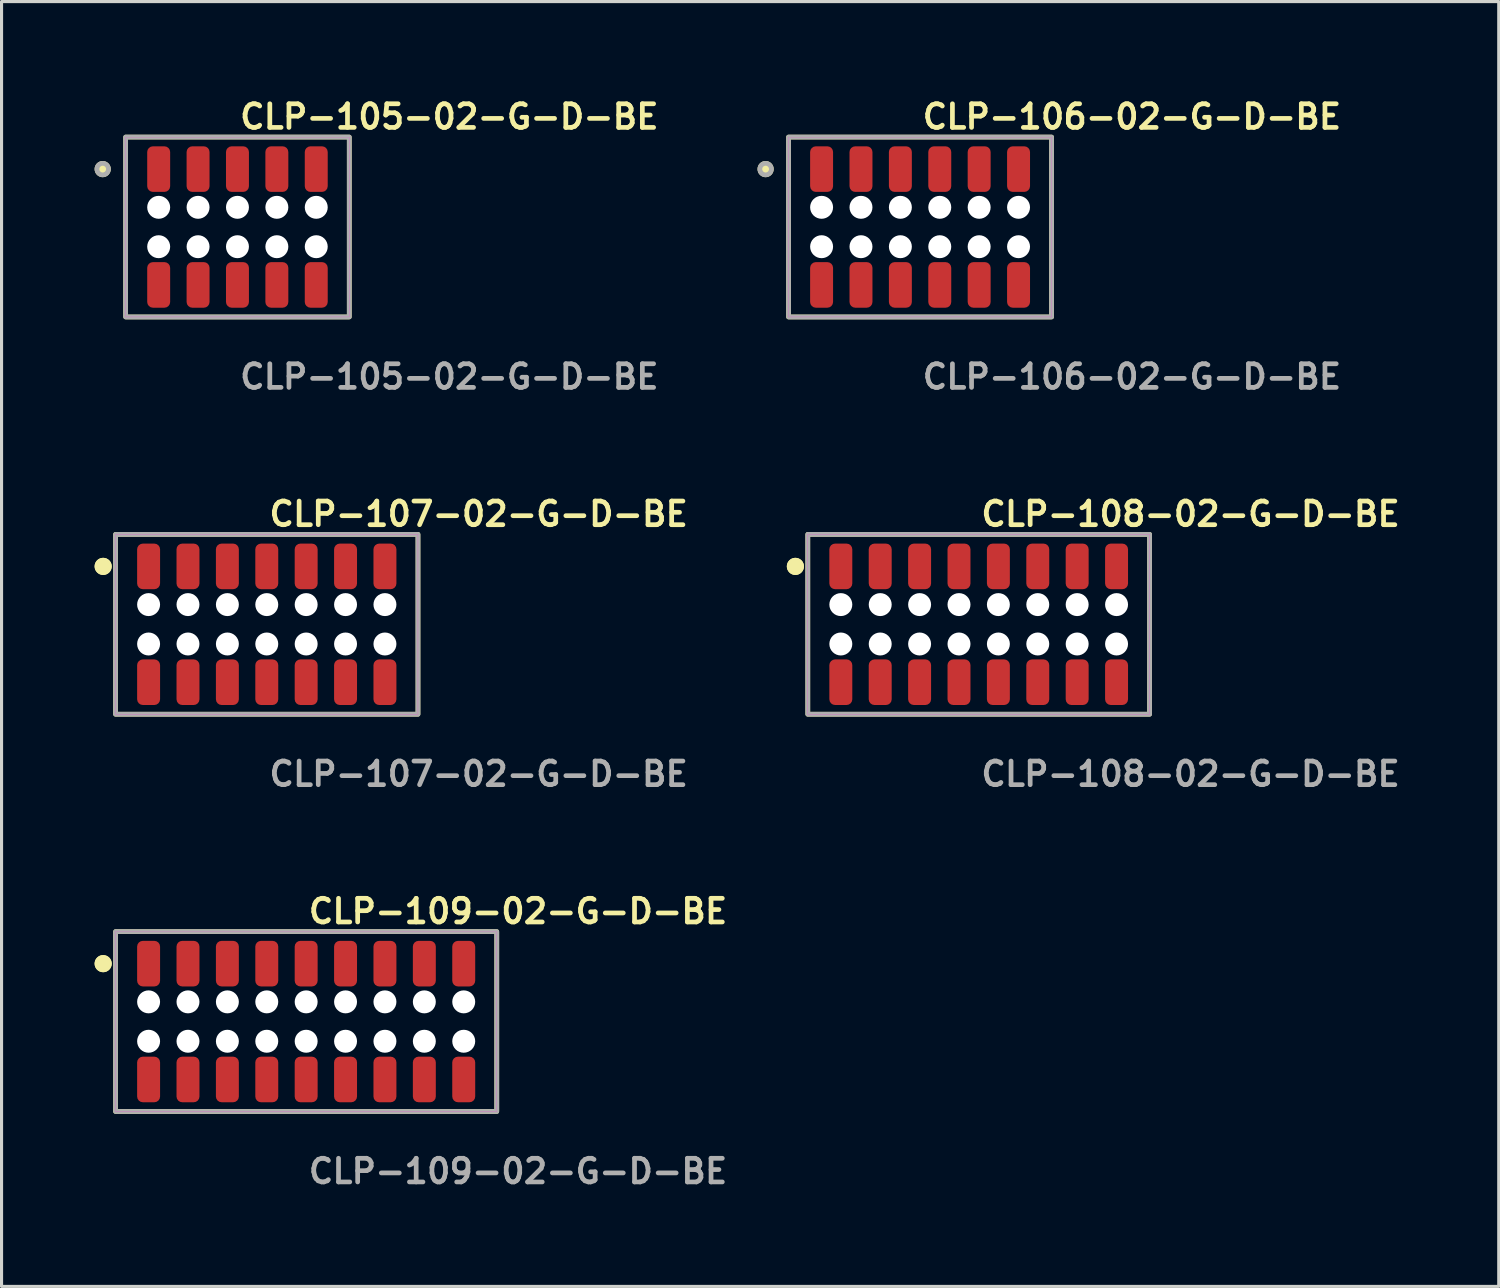
<source format=kicad_pcb>
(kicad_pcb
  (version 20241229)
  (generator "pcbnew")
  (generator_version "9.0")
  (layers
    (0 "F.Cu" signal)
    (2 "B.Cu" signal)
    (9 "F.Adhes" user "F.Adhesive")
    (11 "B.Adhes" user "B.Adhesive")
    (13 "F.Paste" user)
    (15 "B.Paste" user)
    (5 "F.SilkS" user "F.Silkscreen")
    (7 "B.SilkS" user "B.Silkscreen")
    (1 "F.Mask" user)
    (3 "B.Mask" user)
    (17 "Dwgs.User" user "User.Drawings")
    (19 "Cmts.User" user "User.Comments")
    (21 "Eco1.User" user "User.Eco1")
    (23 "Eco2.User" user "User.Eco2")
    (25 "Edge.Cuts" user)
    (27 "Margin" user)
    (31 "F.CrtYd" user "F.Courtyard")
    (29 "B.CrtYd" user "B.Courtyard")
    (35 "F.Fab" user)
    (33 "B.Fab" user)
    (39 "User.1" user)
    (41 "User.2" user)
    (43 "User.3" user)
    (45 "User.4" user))
  (footprint "CLP-108-02-G-D-BE"
    (layer "F.Cu")
    (at 28.504 17.078)
    (property "Reference" "CLP-108-02-G-D-BE" (at 0 -3.556 0) (unlocked yes) (layer "F.SilkS") (effects (font (size 0.762 0.762) (thickness 0.152)) (justify left)))
    (fp_rect (start -5.51 2.9) (end 5.51 -2.9) (stroke (width 0.152) (type solid)) (fill no) (layer "F.SilkS"))
    (fp_circle (center -5.91 -1.867) (end -6.11 -1.867) (stroke (width 0.152) (type solid)) (fill yes) (layer "F.SilkS"))
    (fp_circle (center -5.91 -1.867) (end -6.11 -1.867) (stroke (width 0.152) (type solid)) (fill yes) (layer "F.SilkS"))
    (fp_rect (start -5.51 2.9) (end 5.51 -2.9) (stroke (width 0.006) (type solid)) (fill no) (layer "F.CrtYd"))
    (fp_rect (start -5.51 2.9) (end 5.51 -2.9) (stroke (width 0.152) (type solid)) (fill no) (layer "F.Fab"))
    (fp_text user "${REFERENCE}" (at 0 4.826 0) (unlocked yes) (layer "F.Fab") (effects (font (size 0.762 0.762) (thickness 0.152)) (justify left)))
    (pad "" np_thru_hole circle (at -4.445 -0.635) (size 0.74 0.74) (drill 0.74) (layers "*.Cu" "*.Mask"))
    (pad "" np_thru_hole circle (at -4.445 0.635) (size 0.74 0.74) (drill 0.74) (layers "*.Cu" "*.Mask"))
    (pad "" np_thru_hole circle (at -3.175 -0.635) (size 0.74 0.74) (drill 0.74) (layers "*.Cu" "*.Mask"))
    (pad "" np_thru_hole circle (at -3.175 0.635) (size 0.74 0.74) (drill 0.74) (layers "*.Cu" "*.Mask"))
    (pad "" np_thru_hole circle (at -1.905 -0.635) (size 0.74 0.74) (drill 0.74) (layers "*.Cu" "*.Mask"))
    (pad "" np_thru_hole circle (at -1.905 0.635) (size 0.74 0.74) (drill 0.74) (layers "*.Cu" "*.Mask"))
    (pad "" np_thru_hole circle (at -0.635 -0.635) (size 0.74 0.74) (drill 0.74) (layers "*.Cu" "*.Mask"))
    (pad "" np_thru_hole circle (at -0.635 0.635) (size 0.74 0.74) (drill 0.74) (layers "*.Cu" "*.Mask"))
    (pad "" np_thru_hole circle (at 0.635 -0.635) (size 0.74 0.74) (drill 0.74) (layers "*.Cu" "*.Mask"))
    (pad "" np_thru_hole circle (at 0.635 0.635) (size 0.74 0.74) (drill 0.74) (layers "*.Cu" "*.Mask"))
    (pad "" np_thru_hole circle (at 1.905 -0.635) (size 0.74 0.74) (drill 0.74) (layers "*.Cu" "*.Mask"))
    (pad "" np_thru_hole circle (at 1.905 0.635) (size 0.74 0.74) (drill 0.74) (layers "*.Cu" "*.Mask"))
    (pad "" np_thru_hole circle (at 3.175 -0.635) (size 0.74 0.74) (drill 0.74) (layers "*.Cu" "*.Mask"))
    (pad "" np_thru_hole circle (at 3.175 0.635) (size 0.74 0.74) (drill 0.74) (layers "*.Cu" "*.Mask"))
    (pad "" np_thru_hole circle (at 4.445 -0.635) (size 0.74 0.74) (drill 0.74) (layers "*.Cu" "*.Mask"))
    (pad "" np_thru_hole circle (at 4.445 0.635) (size 0.74 0.74) (drill 0.74) (layers "*.Cu" "*.Mask"))
    (pad "1" smd roundrect (at -4.445 -1.867) (size 0.74 1.47) (layers "F.Cu" "F.Paste") (roundrect_rratio 0.25))
    (pad "2" smd roundrect (at -4.445 1.867) (size 0.74 1.47) (layers "F.Cu" "F.Paste") (roundrect_rratio 0.25))
    (pad "3" smd roundrect (at -3.175 -1.867) (size 0.74 1.47) (layers "F.Cu" "F.Paste") (roundrect_rratio 0.25))
    (pad "4" smd roundrect (at -3.175 1.867) (size 0.74 1.47) (layers "F.Cu" "F.Paste") (roundrect_rratio 0.25))
    (pad "5" smd roundrect (at -1.905 -1.867) (size 0.74 1.47) (layers "F.Cu" "F.Paste") (roundrect_rratio 0.25))
    (pad "6" smd roundrect (at -1.905 1.867) (size 0.74 1.47) (layers "F.Cu" "F.Paste") (roundrect_rratio 0.25))
    (pad "7" smd roundrect (at -0.635 -1.867) (size 0.74 1.47) (layers "F.Cu" "F.Paste") (roundrect_rratio 0.25))
    (pad "8" smd roundrect (at -0.635 1.867) (size 0.74 1.47) (layers "F.Cu" "F.Paste") (roundrect_rratio 0.25))
    (pad "9" smd roundrect (at 0.635 -1.867) (size 0.74 1.47) (layers "F.Cu" "F.Paste") (roundrect_rratio 0.25))
    (pad "10" smd roundrect (at 0.635 1.867) (size 0.74 1.47) (layers "F.Cu" "F.Paste") (roundrect_rratio 0.25))
    (pad "11" smd roundrect (at 1.905 -1.867) (size 0.74 1.47) (layers "F.Cu" "F.Paste") (roundrect_rratio 0.25))
    (pad "12" smd roundrect (at 1.905 1.867) (size 0.74 1.47) (layers "F.Cu" "F.Paste") (roundrect_rratio 0.25))
    (pad "13" smd roundrect (at 3.175 -1.867) (size 0.74 1.47) (layers "F.Cu" "F.Paste") (roundrect_rratio 0.25))
    (pad "14" smd roundrect (at 3.175 1.867) (size 0.74 1.47) (layers "F.Cu" "F.Paste") (roundrect_rratio 0.25))
    (pad "15" smd roundrect (at 4.445 -1.867) (size 0.74 1.47) (layers "F.Cu" "F.Paste") (roundrect_rratio 0.25))
    (pad "16" smd roundrect (at 4.445 1.867) (size 0.74 1.47) (layers "F.Cu" "F.Paste") (roundrect_rratio 0.25)))
  (footprint "CLP-107-02-G-D-BE"
    (layer "F.Cu")
    (at 5.551 17.078)
    (property "Reference" "CLP-107-02-G-D-BE" (at 0 -3.556 0) (unlocked yes) (layer "F.SilkS") (effects (font (size 0.762 0.762) (thickness 0.152)) (justify left)))
    (fp_rect (start -4.875 2.9) (end 4.875 -2.9) (stroke (width 0.152) (type solid)) (fill no) (layer "F.SilkS"))
    (fp_circle (center -5.275 -1.867) (end -5.475 -1.867) (stroke (width 0.152) (type solid)) (fill yes) (layer "F.SilkS"))
    (fp_circle (center -5.275 -1.867) (end -5.475 -1.867) (stroke (width 0.152) (type solid)) (fill yes) (layer "F.SilkS"))
    (fp_rect (start -4.875 2.9) (end 4.875 -2.9) (stroke (width 0.006) (type solid)) (fill no) (layer "F.CrtYd"))
    (fp_rect (start -4.875 2.9) (end 4.875 -2.9) (stroke (width 0.152) (type solid)) (fill no) (layer "F.Fab"))
    (fp_text user "${REFERENCE}" (at 0 4.826 0) (unlocked yes) (layer "F.Fab") (effects (font (size 0.762 0.762) (thickness 0.152)) (justify left)))
    (pad "" np_thru_hole circle (at -3.81 -0.635) (size 0.74 0.74) (drill 0.74) (layers "*.Cu" "*.Mask"))
    (pad "" np_thru_hole circle (at -3.81 0.635) (size 0.74 0.74) (drill 0.74) (layers "*.Cu" "*.Mask"))
    (pad "" np_thru_hole circle (at -2.54 -0.635) (size 0.74 0.74) (drill 0.74) (layers "*.Cu" "*.Mask"))
    (pad "" np_thru_hole circle (at -2.54 0.635) (size 0.74 0.74) (drill 0.74) (layers "*.Cu" "*.Mask"))
    (pad "" np_thru_hole circle (at -1.27 -0.635) (size 0.74 0.74) (drill 0.74) (layers "*.Cu" "*.Mask"))
    (pad "" np_thru_hole circle (at -1.27 0.635) (size 0.74 0.74) (drill 0.74) (layers "*.Cu" "*.Mask"))
    (pad "" np_thru_hole circle (at 0 -0.635) (size 0.74 0.74) (drill 0.74) (layers "*.Cu" "*.Mask"))
    (pad "" np_thru_hole circle (at 0 0.635) (size 0.74 0.74) (drill 0.74) (layers "*.Cu" "*.Mask"))
    (pad "" np_thru_hole circle (at 1.27 -0.635) (size 0.74 0.74) (drill 0.74) (layers "*.Cu" "*.Mask"))
    (pad "" np_thru_hole circle (at 1.27 0.635) (size 0.74 0.74) (drill 0.74) (layers "*.Cu" "*.Mask"))
    (pad "" np_thru_hole circle (at 2.54 -0.635) (size 0.74 0.74) (drill 0.74) (layers "*.Cu" "*.Mask"))
    (pad "" np_thru_hole circle (at 2.54 0.635) (size 0.74 0.74) (drill 0.74) (layers "*.Cu" "*.Mask"))
    (pad "" np_thru_hole circle (at 3.81 -0.635) (size 0.74 0.74) (drill 0.74) (layers "*.Cu" "*.Mask"))
    (pad "" np_thru_hole circle (at 3.81 0.635) (size 0.74 0.74) (drill 0.74) (layers "*.Cu" "*.Mask"))
    (pad "1" smd roundrect (at -3.81 -1.867) (size 0.74 1.47) (layers "F.Cu" "F.Paste") (roundrect_rratio 0.25))
    (pad "2" smd roundrect (at -3.81 1.867) (size 0.74 1.47) (layers "F.Cu" "F.Paste") (roundrect_rratio 0.25))
    (pad "3" smd roundrect (at -2.54 -1.867) (size 0.74 1.47) (layers "F.Cu" "F.Paste") (roundrect_rratio 0.25))
    (pad "4" smd roundrect (at -2.54 1.867) (size 0.74 1.47) (layers "F.Cu" "F.Paste") (roundrect_rratio 0.25))
    (pad "5" smd roundrect (at -1.27 -1.867) (size 0.74 1.47) (layers "F.Cu" "F.Paste") (roundrect_rratio 0.25))
    (pad "6" smd roundrect (at -1.27 1.867) (size 0.74 1.47) (layers "F.Cu" "F.Paste") (roundrect_rratio 0.25))
    (pad "7" smd roundrect (at 0 -1.867) (size 0.74 1.47) (layers "F.Cu" "F.Paste") (roundrect_rratio 0.25))
    (pad "8" smd roundrect (at 0 1.867) (size 0.74 1.47) (layers "F.Cu" "F.Paste") (roundrect_rratio 0.25))
    (pad "9" smd roundrect (at 1.27 -1.867) (size 0.74 1.47) (layers "F.Cu" "F.Paste") (roundrect_rratio 0.25))
    (pad "10" smd roundrect (at 1.27 1.867) (size 0.74 1.47) (layers "F.Cu" "F.Paste") (roundrect_rratio 0.25))
    (pad "11" smd roundrect (at 2.54 -1.867) (size 0.74 1.47) (layers "F.Cu" "F.Paste") (roundrect_rratio 0.25))
    (pad "12" smd roundrect (at 2.54 1.867) (size 0.74 1.47) (layers "F.Cu" "F.Paste") (roundrect_rratio 0.25))
    (pad "13" smd roundrect (at 3.81 -1.867) (size 0.74 1.47) (layers "F.Cu" "F.Paste") (roundrect_rratio 0.25))
    (pad "14" smd roundrect (at 3.81 1.867) (size 0.74 1.47) (layers "F.Cu" "F.Paste") (roundrect_rratio 0.25)))
  (footprint "CLP-105-02-G-D-BE"
    (layer "F.Cu")
    (at 4.606 4.269)
    (property "Reference" "CLP-105-02-G-D-BE" (at 0 -3.556 0) (unlocked yes) (layer "F.SilkS") (effects (font (size 0.762 0.762) (thickness 0.152)) (justify left)))
    (fp_rect (start -3.605 2.9) (end 3.605 -2.9) (stroke (width 0.152) (type solid)) (fill no) (layer "F.SilkS"))
    (fp_circle (center -4.345 -1.867) (end -4.53 -1.867) (stroke (width 0.152) (type solid)) (fill yes) (layer "F.SilkS"))
    (fp_rect (start -3.605 2.9) (end 3.605 -2.9) (stroke (width 0.006) (type solid)) (fill no) (layer "F.CrtYd"))
    (fp_rect (start -3.605 2.9) (end 3.605 -2.9) (stroke (width 0.152) (type solid)) (fill no) (layer "F.Fab"))
    (fp_circle (center -4.345 -1.867) (end -4.53 -1.867) (stroke (width 0.152) (type solid)) (fill no) (layer "F.Fab"))
    (fp_text user "${REFERENCE}" (at 0 4.826 0) (unlocked yes) (layer "F.Fab") (effects (font (size 0.762 0.762) (thickness 0.152)) (justify left)))
    (pad "" np_thru_hole circle (at -2.54 -0.635) (size 0.74 0.74) (drill 0.74) (layers "*.Cu" "*.Mask"))
    (pad "" np_thru_hole circle (at -2.54 0.635) (size 0.74 0.74) (drill 0.74) (layers "*.Cu" "*.Mask"))
    (pad "" np_thru_hole circle (at -1.27 -0.635) (size 0.74 0.74) (drill 0.74) (layers "*.Cu" "*.Mask"))
    (pad "" np_thru_hole circle (at -1.27 0.635) (size 0.74 0.74) (drill 0.74) (layers "*.Cu" "*.Mask"))
    (pad "" np_thru_hole circle (at 0 -0.635) (size 0.74 0.74) (drill 0.74) (layers "*.Cu" "*.Mask"))
    (pad "" np_thru_hole circle (at 0 0.635) (size 0.74 0.74) (drill 0.74) (layers "*.Cu" "*.Mask"))
    (pad "" np_thru_hole circle (at 1.27 -0.635) (size 0.74 0.74) (drill 0.74) (layers "*.Cu" "*.Mask"))
    (pad "" np_thru_hole circle (at 1.27 0.635) (size 0.74 0.74) (drill 0.74) (layers "*.Cu" "*.Mask"))
    (pad "" np_thru_hole circle (at 2.54 -0.635) (size 0.74 0.74) (drill 0.74) (layers "*.Cu" "*.Mask"))
    (pad "" np_thru_hole circle (at 2.54 0.635) (size 0.74 0.74) (drill 0.74) (layers "*.Cu" "*.Mask"))
    (pad "1" smd roundrect (at -2.54 -1.867) (size 0.74 1.47) (layers "F.Cu" "F.Paste") (roundrect_rratio 0.25))
    (pad "2" smd roundrect (at -2.54 1.867) (size 0.74 1.47) (layers "F.Cu" "F.Paste") (roundrect_rratio 0.25))
    (pad "3" smd roundrect (at -1.27 -1.867) (size 0.74 1.47) (layers "F.Cu" "F.Paste") (roundrect_rratio 0.25))
    (pad "4" smd roundrect (at -1.27 1.867) (size 0.74 1.47) (layers "F.Cu" "F.Paste") (roundrect_rratio 0.25))
    (pad "5" smd roundrect (at 0 -1.867) (size 0.74 1.47) (layers "F.Cu" "F.Paste") (roundrect_rratio 0.25))
    (pad "6" smd roundrect (at 0 1.867) (size 0.74 1.47) (layers "F.Cu" "F.Paste") (roundrect_rratio 0.25))
    (pad "7" smd roundrect (at 1.27 -1.867) (size 0.74 1.47) (layers "F.Cu" "F.Paste") (roundrect_rratio 0.25))
    (pad "8" smd roundrect (at 1.27 1.867) (size 0.74 1.47) (layers "F.Cu" "F.Paste") (roundrect_rratio 0.25))
    (pad "9" smd roundrect (at 2.54 -1.867) (size 0.74 1.47) (layers "F.Cu" "F.Paste") (roundrect_rratio 0.25))
    (pad "10" smd roundrect (at 2.54 1.867) (size 0.74 1.47) (layers "F.Cu" "F.Paste") (roundrect_rratio 0.25)))
  (footprint "CLP-106-02-G-D-BE"
    (layer "F.Cu")
    (at 26.614 4.269)
    (property "Reference" "CLP-106-02-G-D-BE" (at 0 -3.556 0) (unlocked yes) (layer "F.SilkS") (effects (font (size 0.762 0.762) (thickness 0.152)) (justify left)))
    (fp_rect (start -4.24 2.9) (end 4.24 -2.9) (stroke (width 0.152) (type solid)) (fill no) (layer "F.SilkS"))
    (fp_circle (center -4.98 -1.867) (end -5.165 -1.867) (stroke (width 0.152) (type solid)) (fill yes) (layer "F.SilkS"))
    (fp_rect (start -4.24 2.9) (end 4.24 -2.9) (stroke (width 0.006) (type solid)) (fill no) (layer "F.CrtYd"))
    (fp_rect (start -4.24 2.9) (end 4.24 -2.9) (stroke (width 0.152) (type solid)) (fill no) (layer "F.Fab"))
    (fp_circle (center -4.98 -1.867) (end -5.165 -1.867) (stroke (width 0.152) (type solid)) (fill no) (layer "F.Fab"))
    (fp_text user "${REFERENCE}" (at 0 4.826 0) (unlocked yes) (layer "F.Fab") (effects (font (size 0.762 0.762) (thickness 0.152)) (justify left)))
    (pad "" np_thru_hole circle (at -3.175 -0.635) (size 0.74 0.74) (drill 0.74) (layers "*.Cu" "*.Mask"))
    (pad "" np_thru_hole circle (at -3.175 0.635) (size 0.74 0.74) (drill 0.74) (layers "*.Cu" "*.Mask"))
    (pad "" np_thru_hole circle (at -1.905 -0.635) (size 0.74 0.74) (drill 0.74) (layers "*.Cu" "*.Mask"))
    (pad "" np_thru_hole circle (at -1.905 0.635) (size 0.74 0.74) (drill 0.74) (layers "*.Cu" "*.Mask"))
    (pad "" np_thru_hole circle (at -0.635 -0.635) (size 0.74 0.74) (drill 0.74) (layers "*.Cu" "*.Mask"))
    (pad "" np_thru_hole circle (at -0.635 0.635) (size 0.74 0.74) (drill 0.74) (layers "*.Cu" "*.Mask"))
    (pad "" np_thru_hole circle (at 0.635 -0.635) (size 0.74 0.74) (drill 0.74) (layers "*.Cu" "*.Mask"))
    (pad "" np_thru_hole circle (at 0.635 0.635) (size 0.74 0.74) (drill 0.74) (layers "*.Cu" "*.Mask"))
    (pad "" np_thru_hole circle (at 1.905 -0.635) (size 0.74 0.74) (drill 0.74) (layers "*.Cu" "*.Mask"))
    (pad "" np_thru_hole circle (at 1.905 0.635) (size 0.74 0.74) (drill 0.74) (layers "*.Cu" "*.Mask"))
    (pad "" np_thru_hole circle (at 3.175 -0.635) (size 0.74 0.74) (drill 0.74) (layers "*.Cu" "*.Mask"))
    (pad "" np_thru_hole circle (at 3.175 0.635) (size 0.74 0.74) (drill 0.74) (layers "*.Cu" "*.Mask"))
    (pad "1" smd roundrect (at -3.175 -1.867) (size 0.74 1.47) (layers "F.Cu" "F.Paste") (roundrect_rratio 0.25))
    (pad "2" smd roundrect (at -3.175 1.867) (size 0.74 1.47) (layers "F.Cu" "F.Paste") (roundrect_rratio 0.25))
    (pad "3" smd roundrect (at -1.905 -1.867) (size 0.74 1.47) (layers "F.Cu" "F.Paste") (roundrect_rratio 0.25))
    (pad "4" smd roundrect (at -1.905 1.867) (size 0.74 1.47) (layers "F.Cu" "F.Paste") (roundrect_rratio 0.25))
    (pad "5" smd roundrect (at -0.635 -1.867) (size 0.74 1.47) (layers "F.Cu" "F.Paste") (roundrect_rratio 0.25))
    (pad "6" smd roundrect (at -0.635 1.867) (size 0.74 1.47) (layers "F.Cu" "F.Paste") (roundrect_rratio 0.25))
    (pad "7" smd roundrect (at 0.635 -1.867) (size 0.74 1.47) (layers "F.Cu" "F.Paste") (roundrect_rratio 0.25))
    (pad "8" smd roundrect (at 0.635 1.867) (size 0.74 1.47) (layers "F.Cu" "F.Paste") (roundrect_rratio 0.25))
    (pad "9" smd roundrect (at 1.905 -1.867) (size 0.74 1.47) (layers "F.Cu" "F.Paste") (roundrect_rratio 0.25))
    (pad "10" smd roundrect (at 1.905 1.867) (size 0.74 1.47) (layers "F.Cu" "F.Paste") (roundrect_rratio 0.25))
    (pad "11" smd roundrect (at 3.175 -1.867) (size 0.74 1.47) (layers "F.Cu" "F.Paste") (roundrect_rratio 0.25))
    (pad "12" smd roundrect (at 3.175 1.867) (size 0.74 1.47) (layers "F.Cu" "F.Paste") (roundrect_rratio 0.25)))
  (footprint "CLP-109-02-G-D-BE"
    (layer "F.Cu")
    (at 6.821 29.886)
    (property "Reference" "CLP-109-02-G-D-BE" (at 0 -3.556 0) (unlocked yes) (layer "F.SilkS") (effects (font (size 0.762 0.762) (thickness 0.152)) (justify left)))
    (fp_rect (start -6.145 2.9) (end 6.145 -2.9) (stroke (width 0.152) (type solid)) (fill no) (layer "F.SilkS"))
    (fp_circle (center -6.545 -1.867) (end -6.745 -1.867) (stroke (width 0.152) (type solid)) (fill yes) (layer "F.SilkS"))
    (fp_circle (center -6.545 -1.867) (end -6.745 -1.867) (stroke (width 0.152) (type solid)) (fill yes) (layer "F.SilkS"))
    (fp_rect (start -6.145 2.9) (end 6.145 -2.9) (stroke (width 0.006) (type solid)) (fill no) (layer "F.CrtYd"))
    (fp_rect (start -6.145 2.9) (end 6.145 -2.9) (stroke (width 0.152) (type solid)) (fill no) (layer "F.Fab"))
    (fp_text user "${REFERENCE}" (at 0 4.826 0) (unlocked yes) (layer "F.Fab") (effects (font (size 0.762 0.762) (thickness 0.152)) (justify left)))
    (pad "" np_thru_hole circle (at -5.08 -0.635) (size 0.74 0.74) (drill 0.74) (layers "*.Cu" "*.Mask"))
    (pad "" np_thru_hole circle (at -5.08 0.635) (size 0.74 0.74) (drill 0.74) (layers "*.Cu" "*.Mask"))
    (pad "" np_thru_hole circle (at -3.81 -0.635) (size 0.74 0.74) (drill 0.74) (layers "*.Cu" "*.Mask"))
    (pad "" np_thru_hole circle (at -3.81 0.635) (size 0.74 0.74) (drill 0.74) (layers "*.Cu" "*.Mask"))
    (pad "" np_thru_hole circle (at -2.54 -0.635) (size 0.74 0.74) (drill 0.74) (layers "*.Cu" "*.Mask"))
    (pad "" np_thru_hole circle (at -2.54 0.635) (size 0.74 0.74) (drill 0.74) (layers "*.Cu" "*.Mask"))
    (pad "" np_thru_hole circle (at -1.27 -0.635) (size 0.74 0.74) (drill 0.74) (layers "*.Cu" "*.Mask"))
    (pad "" np_thru_hole circle (at -1.27 0.635) (size 0.74 0.74) (drill 0.74) (layers "*.Cu" "*.Mask"))
    (pad "" np_thru_hole circle (at 0 -0.635) (size 0.74 0.74) (drill 0.74) (layers "*.Cu" "*.Mask"))
    (pad "" np_thru_hole circle (at 0 0.635) (size 0.74 0.74) (drill 0.74) (layers "*.Cu" "*.Mask"))
    (pad "" np_thru_hole circle (at 1.27 -0.635) (size 0.74 0.74) (drill 0.74) (layers "*.Cu" "*.Mask"))
    (pad "" np_thru_hole circle (at 1.27 0.635) (size 0.74 0.74) (drill 0.74) (layers "*.Cu" "*.Mask"))
    (pad "" np_thru_hole circle (at 2.54 -0.635) (size 0.74 0.74) (drill 0.74) (layers "*.Cu" "*.Mask"))
    (pad "" np_thru_hole circle (at 2.54 0.635) (size 0.74 0.74) (drill 0.74) (layers "*.Cu" "*.Mask"))
    (pad "" np_thru_hole circle (at 3.81 -0.635) (size 0.74 0.74) (drill 0.74) (layers "*.Cu" "*.Mask"))
    (pad "" np_thru_hole circle (at 3.81 0.635) (size 0.74 0.74) (drill 0.74) (layers "*.Cu" "*.Mask"))
    (pad "" np_thru_hole circle (at 5.08 -0.635) (size 0.74 0.74) (drill 0.74) (layers "*.Cu" "*.Mask"))
    (pad "" np_thru_hole circle (at 5.08 0.635) (size 0.74 0.74) (drill 0.74) (layers "*.Cu" "*.Mask"))
    (pad "1" smd roundrect (at -5.08 -1.867) (size 0.74 1.47) (layers "F.Cu" "F.Paste") (roundrect_rratio 0.25))
    (pad "2" smd roundrect (at -5.08 1.867) (size 0.74 1.47) (layers "F.Cu" "F.Paste") (roundrect_rratio 0.25))
    (pad "3" smd roundrect (at -3.81 -1.867) (size 0.74 1.47) (layers "F.Cu" "F.Paste") (roundrect_rratio 0.25))
    (pad "4" smd roundrect (at -3.81 1.867) (size 0.74 1.47) (layers "F.Cu" "F.Paste") (roundrect_rratio 0.25))
    (pad "5" smd roundrect (at -2.54 -1.867) (size 0.74 1.47) (layers "F.Cu" "F.Paste") (roundrect_rratio 0.25))
    (pad "6" smd roundrect (at -2.54 1.867) (size 0.74 1.47) (layers "F.Cu" "F.Paste") (roundrect_rratio 0.25))
    (pad "7" smd roundrect (at -1.27 -1.867) (size 0.74 1.47) (layers "F.Cu" "F.Paste") (roundrect_rratio 0.25))
    (pad "8" smd roundrect (at -1.27 1.867) (size 0.74 1.47) (layers "F.Cu" "F.Paste") (roundrect_rratio 0.25))
    (pad "9" smd roundrect (at 0 -1.867) (size 0.74 1.47) (layers "F.Cu" "F.Paste") (roundrect_rratio 0.25))
    (pad "10" smd roundrect (at 0 1.867) (size 0.74 1.47) (layers "F.Cu" "F.Paste") (roundrect_rratio 0.25))
    (pad "11" smd roundrect (at 1.27 -1.867) (size 0.74 1.47) (layers "F.Cu" "F.Paste") (roundrect_rratio 0.25))
    (pad "12" smd roundrect (at 1.27 1.867) (size 0.74 1.47) (layers "F.Cu" "F.Paste") (roundrect_rratio 0.25))
    (pad "13" smd roundrect (at 2.54 -1.867) (size 0.74 1.47) (layers "F.Cu" "F.Paste") (roundrect_rratio 0.25))
    (pad "14" smd roundrect (at 2.54 1.867) (size 0.74 1.47) (layers "F.Cu" "F.Paste") (roundrect_rratio 0.25))
    (pad "15" smd roundrect (at 3.81 -1.867) (size 0.74 1.47) (layers "F.Cu" "F.Paste") (roundrect_rratio 0.25))
    (pad "16" smd roundrect (at 3.81 1.867) (size 0.74 1.47) (layers "F.Cu" "F.Paste") (roundrect_rratio 0.25))
    (pad "17" smd roundrect (at 5.08 -1.867) (size 0.74 1.47) (layers "F.Cu" "F.Paste") (roundrect_rratio 0.25))
    (pad "18" smd roundrect (at 5.08 1.867) (size 0.74 1.47) (layers "F.Cu" "F.Paste") (roundrect_rratio 0.25)))
  (gr_rect
    (start -3 -3)
    (end 45.271 38.425)
    (stroke (width 0.1) (type default))
    (fill no)
    (layer "Edge.Cuts")))
</source>
